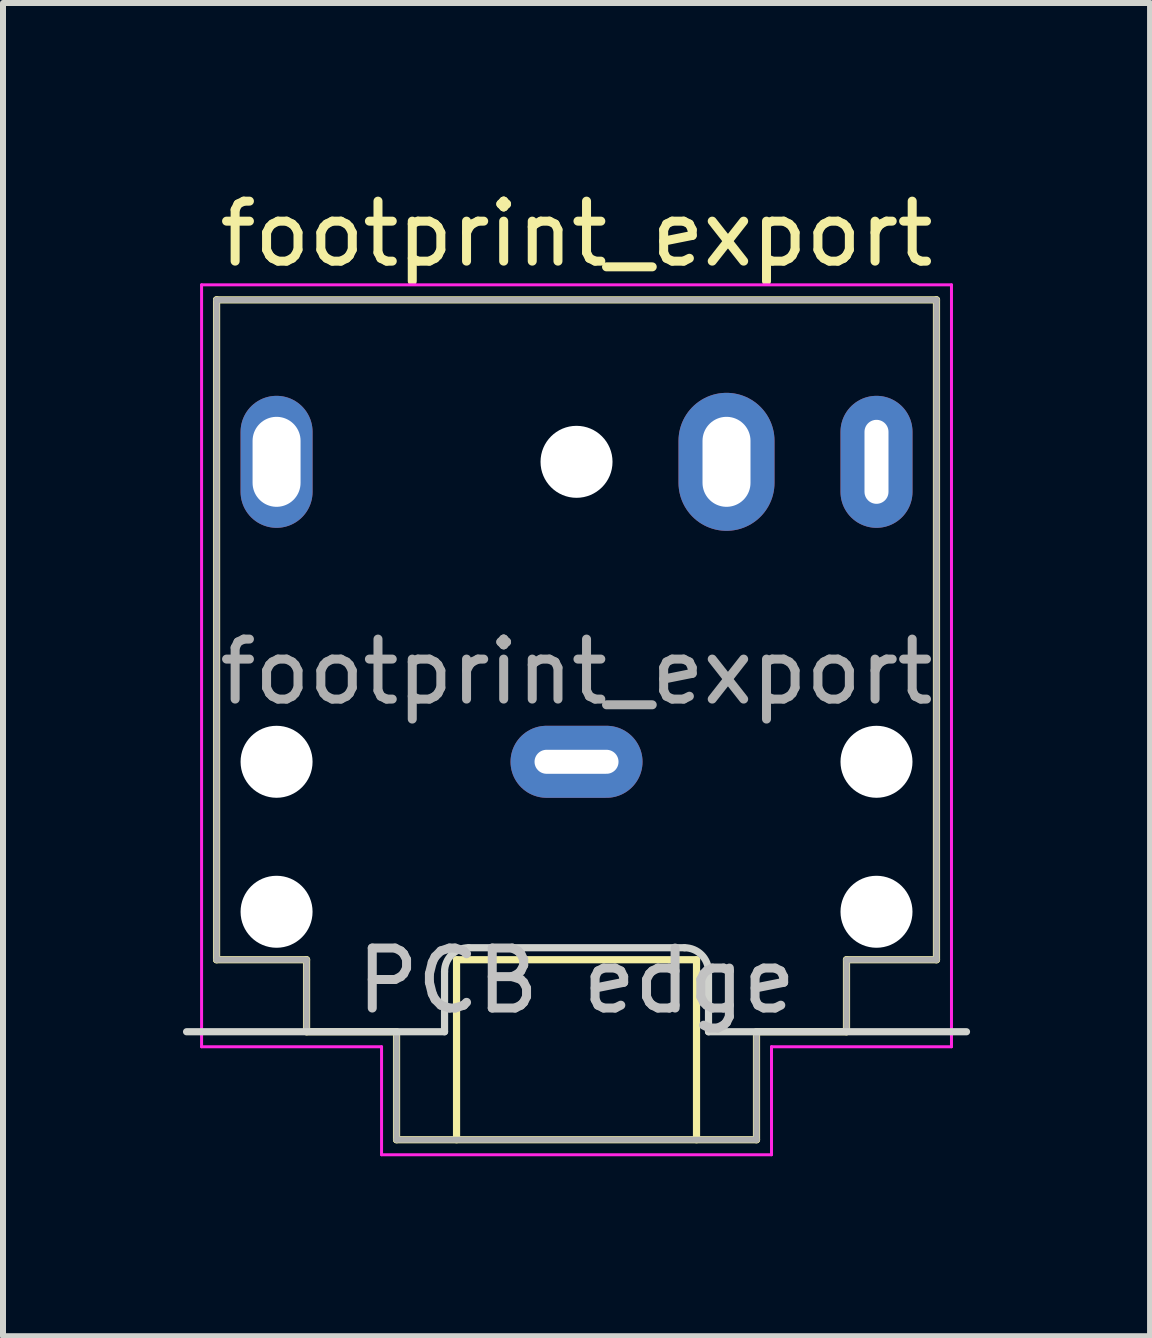
<source format=kicad_pcb>
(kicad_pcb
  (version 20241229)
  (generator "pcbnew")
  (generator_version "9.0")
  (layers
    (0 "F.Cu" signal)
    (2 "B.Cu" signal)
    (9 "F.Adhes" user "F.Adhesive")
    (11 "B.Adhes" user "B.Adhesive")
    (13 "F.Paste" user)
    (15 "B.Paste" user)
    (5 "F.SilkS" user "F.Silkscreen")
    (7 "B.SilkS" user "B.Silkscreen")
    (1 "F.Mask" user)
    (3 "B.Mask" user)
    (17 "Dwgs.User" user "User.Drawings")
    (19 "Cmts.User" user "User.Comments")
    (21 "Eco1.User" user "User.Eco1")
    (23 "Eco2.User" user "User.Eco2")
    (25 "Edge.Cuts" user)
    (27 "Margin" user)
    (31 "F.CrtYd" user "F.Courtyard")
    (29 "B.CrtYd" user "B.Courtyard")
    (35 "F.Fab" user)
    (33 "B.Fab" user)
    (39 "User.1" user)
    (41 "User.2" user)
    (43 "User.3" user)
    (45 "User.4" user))
  (footprint "footprint_export"
    (layer "F.Cu")
    (at 6.56 9.648)
    (property "Reference" "footprint_export" (at 0 -8.8 0) (layer "F.SilkS") (effects (font (size 1 1) (thickness 0.15))))
    (attr through_hole exclude_from_pos_files exclude_from_bom)
    (fp_line (start -6 -7.7) (end 6 -7.7) (stroke (width 0.12) (type solid)) (layer "F.SilkS"))
    (fp_line (start -6 3.3) (end -6 -7.7) (stroke (width 0.12) (type solid)) (layer "F.SilkS"))
    (fp_line (start -4.5 3.3) (end -6 3.3) (stroke (width 0.12) (type solid)) (layer "F.SilkS"))
    (fp_line (start -4.5 4.5) (end -4.5 3.3) (stroke (width 0.12) (type solid)) (layer "F.SilkS"))
    (fp_line (start -3 4.5) (end -4.5 4.5) (stroke (width 0.12) (type solid)) (layer "F.SilkS"))
    (fp_line (start -3 6.3) (end -3 4.5) (stroke (width 0.12) (type solid)) (layer "F.SilkS"))
    (fp_line (start -2 3.3) (end -2 6.3) (stroke (width 0.12) (type solid)) (layer "F.SilkS"))
    (fp_line (start 2 3.3) (end -2 3.3) (stroke (width 0.12) (type solid)) (layer "F.SilkS"))
    (fp_line (start 2 6.3) (end 2 3.3) (stroke (width 0.12) (type solid)) (layer "F.SilkS"))
    (fp_line (start 3 4.5) (end 3 6.3) (stroke (width 0.12) (type solid)) (layer "F.SilkS"))
    (fp_line (start 3 6.3) (end -3 6.3) (stroke (width 0.12) (type solid)) (layer "F.SilkS"))
    (fp_line (start 4.5 3.3) (end 4.5 4.5) (stroke (width 0.12) (type solid)) (layer "F.SilkS"))
    (fp_line (start 4.5 4.5) (end 3 4.5) (stroke (width 0.12) (type solid)) (layer "F.SilkS"))
    (fp_line (start 6 -7.7) (end 6 3.3) (stroke (width 0.12) (type solid)) (layer "F.SilkS"))
    (fp_line (start 6 3.3) (end 4.5 3.3) (stroke (width 0.12) (type solid)) (layer "F.SilkS"))
    (fp_line (start -2.2 3.5) (end -2.2 4.5) (stroke (width 0.12) (type solid)) (layer "Edge.Cuts"))
    (fp_line (start -2.2 4.5) (end -6.5 4.5) (stroke (width 0.12) (type solid)) (layer "Edge.Cuts"))
    (fp_line (start 1.8 3.1) (end -1.8 3.1) (stroke (width 0.12) (type solid)) (layer "Edge.Cuts"))
    (fp_line (start 2.2 3.5) (end 2.2 4.5) (stroke (width 0.12) (type solid)) (layer "Edge.Cuts"))
    (fp_line (start 2.2 4.5) (end 6.5 4.5) (stroke (width 0.12) (type solid)) (layer "Edge.Cuts"))
    (fp_arc (start -2.2 3.5) (mid -2.082842 3.217158) (end -1.8 3.1) (stroke (width 0.12) (type solid)) (layer "Edge.Cuts"))
    (fp_arc (start 1.8 3.1) (mid 2.082843 3.217157) (end 2.2 3.5) (stroke (width 0.12) (type solid)) (layer "Edge.Cuts"))
    (fp_line (start -6.25 -7.95) (end -6.25 4.75) (stroke (width 0.05) (type solid)) (layer "F.CrtYd"))
    (fp_line (start -6.25 4.75) (end -3.25 4.75) (stroke (width 0.05) (type solid)) (layer "F.CrtYd"))
    (fp_line (start -3.25 4.75) (end -3.25 6.55) (stroke (width 0.05) (type solid)) (layer "F.CrtYd"))
    (fp_line (start -3.25 6.55) (end 3.25 6.55) (stroke (width 0.05) (type solid)) (layer "F.CrtYd"))
    (fp_line (start 3.25 4.75) (end 6.25 4.75) (stroke (width 0.05) (type solid)) (layer "F.CrtYd"))
    (fp_line (start 3.25 6.55) (end 3.25 4.75) (stroke (width 0.05) (type solid)) (layer "F.CrtYd"))
    (fp_line (start 6.25 -7.95) (end -6.25 -7.95) (stroke (width 0.05) (type solid)) (layer "F.CrtYd"))
    (fp_line (start 6.25 4.5) (end 6.25 -7.95) (stroke (width 0.05) (type solid)) (layer "F.CrtYd"))
    (fp_line (start 6.25 4.75) (end 6.25 4.5) (stroke (width 0.05) (type solid)) (layer "F.CrtYd"))
    (fp_line (start -6 -7.7) (end 6 -7.7) (stroke (width 0.1) (type solid)) (layer "F.Fab"))
    (fp_line (start -6 3.3) (end -6 -7.7) (stroke (width 0.1) (type solid)) (layer "F.Fab"))
    (fp_line (start -4.5 3.3) (end -6 3.3) (stroke (width 0.1) (type solid)) (layer "F.Fab"))
    (fp_line (start -4.5 4.5) (end -4.5 3.3) (stroke (width 0.1) (type solid)) (layer "F.Fab"))
    (fp_line (start -4.5 4.5) (end -3 4.5) (stroke (width 0.1) (type solid)) (layer "F.Fab"))
    (fp_line (start -3 4.5) (end -3 6.3) (stroke (width 0.1) (type solid)) (layer "F.Fab"))
    (fp_line (start -3 6.3) (end 3 6.3) (stroke (width 0.1) (type solid)) (layer "F.Fab"))
    (fp_line (start 3 4.5) (end 3 6.3) (stroke (width 0.1) (type solid)) (layer "F.Fab"))
    (fp_line (start 4.5 3.3) (end 6 3.3) (stroke (width 0.1) (type solid)) (layer "F.Fab"))
    (fp_line (start 4.5 4.5) (end 3 4.5) (stroke (width 0.1) (type solid)) (layer "F.Fab"))
    (fp_line (start 4.5 4.5) (end 4.5 3.3) (stroke (width 0.1) (type solid)) (layer "F.Fab"))
    (fp_line (start 6 3.3) (end 6 -7.7) (stroke (width 0.1) (type solid)) (layer "F.Fab"))
    (fp_text user "PCB edge" (at 0 3.65 0) (unlocked yes) (layer "Dwgs.User") (effects (font (size 1 1) (thickness 0.15))))
    (fp_text user "${REFERENCE}" (at 0 -1.5 0) (layer "F.Fab") (effects (font (size 1 1) (thickness 0.15))))
    (pad "" np_thru_hole circle (at -5 0) (size 1.2 1.2) (drill 1.2) (layers "*.Cu" "*.Mask"))
    (pad "" np_thru_hole circle (at -5 2.5) (size 1.2 1.2) (drill 1.2) (layers "*.Cu" "*.Mask"))
    (pad "" np_thru_hole circle (at 0 -5) (size 1.2 1.2) (drill 1.2) (layers "*.Cu" "*.Mask"))
    (pad "" np_thru_hole circle (at 5 0) (size 1.2 1.2) (drill 1.2) (layers "*.Cu" "*.Mask"))
    (pad "" np_thru_hole circle (at 5 2.5) (size 1.2 1.2) (drill 1.2) (layers "*.Cu" "*.Mask"))
    (pad "R" thru_hole oval (at -5 -5) (size 1.2 2.2) (drill oval 0.8 1.5) (layers "*.Cu" "*.Mask"))
    (pad "S" thru_hole oval (at 0 0) (size 2.2 1.2) (drill oval 1.4 0.4) (layers "*.Cu" "*.Mask"))
    (pad "T" thru_hole oval (at 5 -5 180) (size 1.2 2.2) (drill oval 0.4 1.4) (layers "*.Cu" "*.Mask"))
    (pad "TN" thru_hole oval (at 2.5 -5 180) (size 1.6 2.3) (drill oval 0.8 1.5) (layers "*.Cu" "*.Mask")))
  (gr_rect
    (start -3 -3)
    (end 16.12 19.223)
    (stroke (width 0.1) (type default))
    (fill no)
    (layer "Edge.Cuts")))
</source>
